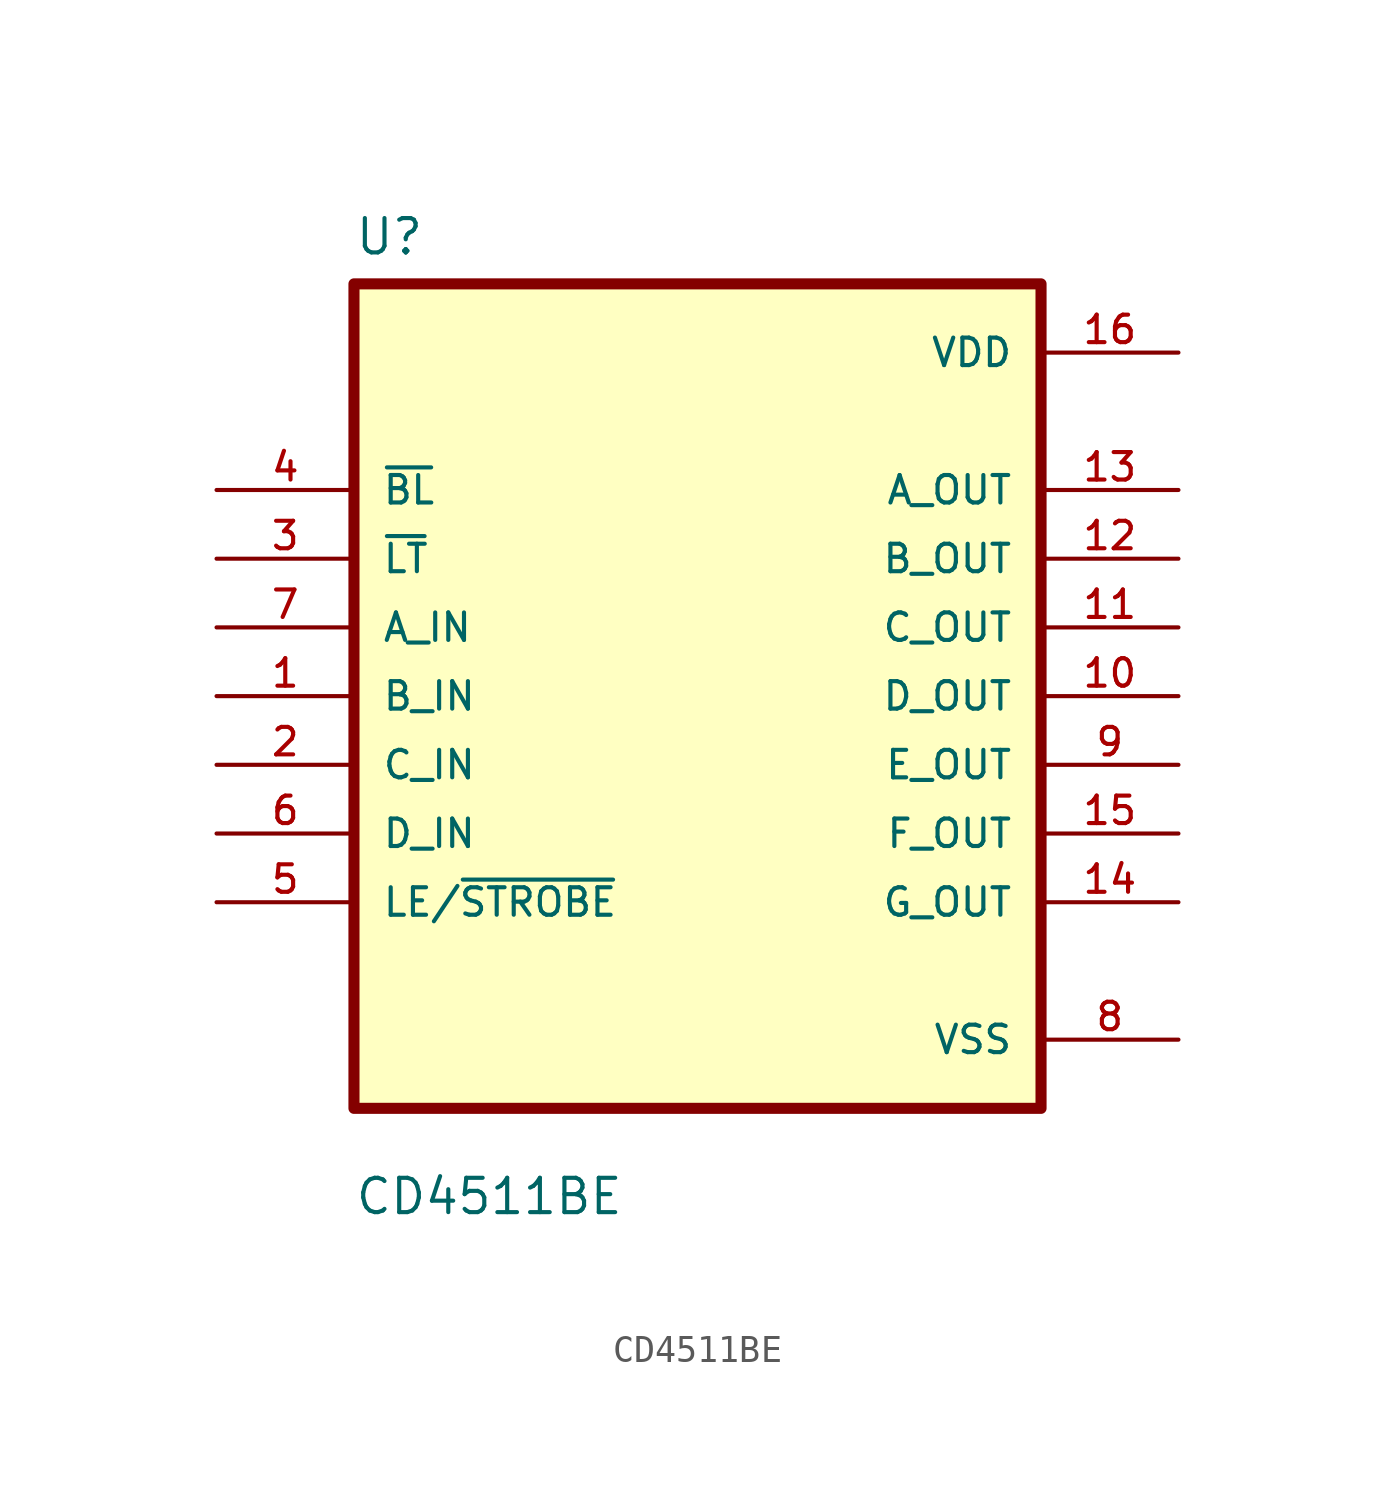
<source format=kicad_sym>
(kicad_symbol_lib
  (version 20211014)
  (generator kicad_symbol_editor)
  (symbol "CD4511BE"
    (pin_names
      (offset 1.016))
    (property "Reference" "U"
      (at -12.7 16.24 0.0)
      (effects (font (size 1.27 1.27)) (justify bottom left)))
    (property "Value" "CD4511BE"
      (at -12.7 -19.24 0.0)
      (effects (font (size 1.27 1.27)) (justify bottom left)))
    (symbol "CD4511BE_0_0"
      (rectangle (start -12.7 -15.24) (end 12.7 15.24) (stroke (width 0.41)) (fill (type background)))
      (pin input line (at -17.78 7.62 0) (length 5.08) (name "~{BL}" (effects (font (size 1.016 1.016)))) (number "4" (effects (font (size 1.016 1.016)))))
      (pin input line (at -17.78 5.08 0) (length 5.08) (name "~{LT}" (effects (font (size 1.016 1.016)))) (number "3" (effects (font (size 1.016 1.016)))))
      (pin input line (at -17.78 2.54 0) (length 5.08) (name "A_IN" (effects (font (size 1.016 1.016)))) (number "7" (effects (font (size 1.016 1.016)))))
      (pin input line (at -17.78 0.0 0) (length 5.08) (name "B_IN" (effects (font (size 1.016 1.016)))) (number "1" (effects (font (size 1.016 1.016)))))
      (pin input line (at -17.78 -2.54 0) (length 5.08) (name "C_IN" (effects (font (size 1.016 1.016)))) (number "2" (effects (font (size 1.016 1.016)))))
      (pin input line (at -17.78 -5.08 0) (length 5.08) (name "D_IN" (effects (font (size 1.016 1.016)))) (number "6" (effects (font (size 1.016 1.016)))))
      (pin input line (at -17.78 -7.62 0) (length 5.08) (name "LE/~{STROBE}" (effects (font (size 1.016 1.016)))) (number "5" (effects (font (size 1.016 1.016)))))
      (pin power_in line (at 17.78 12.7 180.0) (length 5.08) (name "VDD" (effects (font (size 1.016 1.016)))) (number "16" (effects (font (size 1.016 1.016)))))
      (pin output line (at 17.78 7.62 180.0) (length 5.08) (name "A_OUT" (effects (font (size 1.016 1.016)))) (number "13" (effects (font (size 1.016 1.016)))))
      (pin output line (at 17.78 5.08 180.0) (length 5.08) (name "B_OUT" (effects (font (size 1.016 1.016)))) (number "12" (effects (font (size 1.016 1.016)))))
      (pin output line (at 17.78 2.54 180.0) (length 5.08) (name "C_OUT" (effects (font (size 1.016 1.016)))) (number "11" (effects (font (size 1.016 1.016)))))
      (pin output line (at 17.78 -8.881784197e-16 180.0) (length 5.08) (name "D_OUT" (effects (font (size 1.016 1.016)))) (number "10" (effects (font (size 1.016 1.016)))))
      (pin output line (at 17.78 -2.54 180.0) (length 5.08) (name "E_OUT" (effects (font (size 1.016 1.016)))) (number "9" (effects (font (size 1.016 1.016)))))
      (pin output line (at 17.78 -5.08 180.0) (length 5.08) (name "F_OUT" (effects (font (size 1.016 1.016)))) (number "15" (effects (font (size 1.016 1.016)))))
      (pin output line (at 17.78 -7.62 180.0) (length 5.08) (name "G_OUT" (effects (font (size 1.016 1.016)))) (number "14" (effects (font (size 1.016 1.016)))))
      (pin power_in line (at 17.78 -12.7 180.0) (length 5.08) (name "VSS" (effects (font (size 1.016 1.016)))) (number "8" (effects (font (size 1.016 1.016))))))))
</source>
